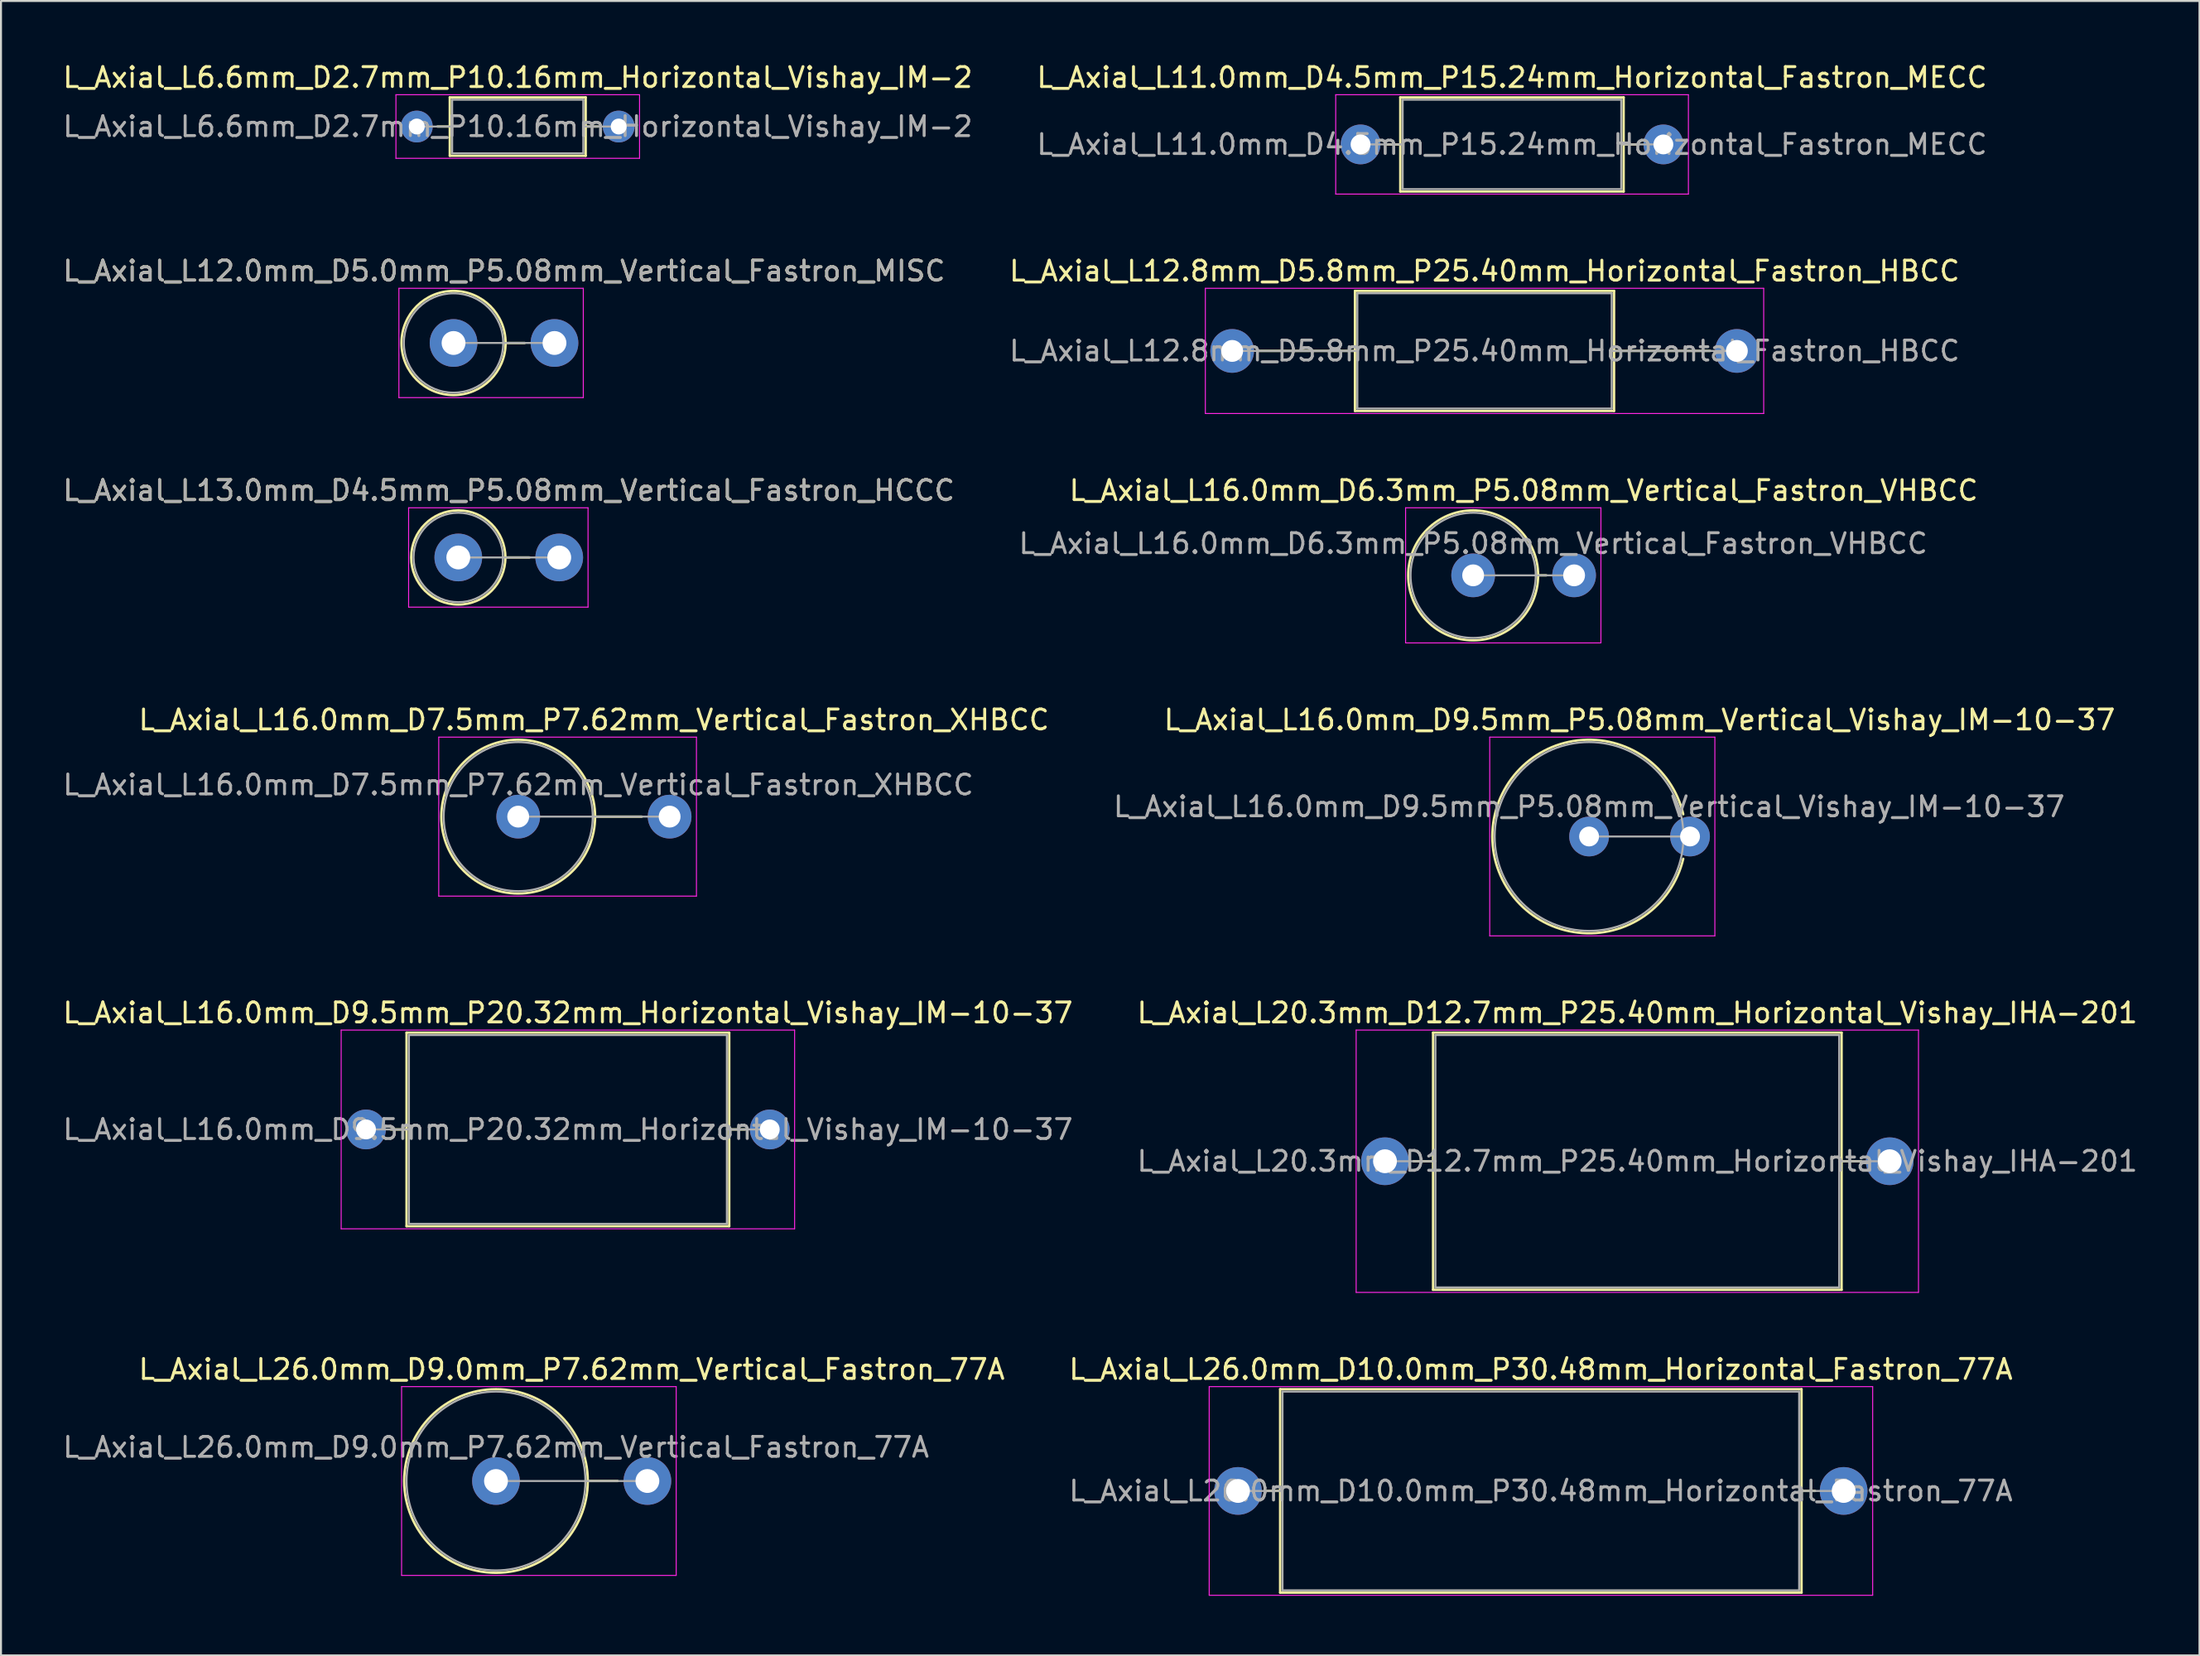
<source format=kicad_pcb>
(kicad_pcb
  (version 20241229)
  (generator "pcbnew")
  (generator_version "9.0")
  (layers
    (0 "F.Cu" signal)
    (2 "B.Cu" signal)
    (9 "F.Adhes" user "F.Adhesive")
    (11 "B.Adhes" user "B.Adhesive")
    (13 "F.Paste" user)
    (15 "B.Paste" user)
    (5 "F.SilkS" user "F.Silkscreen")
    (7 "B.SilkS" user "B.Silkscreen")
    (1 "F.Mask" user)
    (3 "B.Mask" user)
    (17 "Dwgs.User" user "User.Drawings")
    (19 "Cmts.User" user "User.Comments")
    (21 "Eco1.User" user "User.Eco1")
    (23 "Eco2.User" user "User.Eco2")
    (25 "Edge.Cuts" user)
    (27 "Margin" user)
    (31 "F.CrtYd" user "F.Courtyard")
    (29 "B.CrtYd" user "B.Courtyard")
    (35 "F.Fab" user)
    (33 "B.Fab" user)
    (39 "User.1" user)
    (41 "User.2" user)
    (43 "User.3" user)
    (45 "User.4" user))
  (footprint "L_Axial_L11.0mm_D4.5mm_P15.24mm_Horizontal_Fastron_MECC"
    (layer "F.Cu")
    (at 65.422 4.218)
    (property "Reference" "L_Axial_L11.0mm_D4.5mm_P15.24mm_Horizontal_Fastron_MECC" (at 7.62 -3.37 0) (layer "F.SilkS") (effects (font (size 1 1) (thickness 0.15))))
    (attr through_hole)
    (fp_line (start 1.24 0) (end 2 0) (stroke (width 0.12) (type solid)) (layer "F.SilkS"))
    (fp_line (start 2 -2.37) (end 2 2.37) (stroke (width 0.12) (type solid)) (layer "F.SilkS"))
    (fp_line (start 2 2.37) (end 13.24 2.37) (stroke (width 0.12) (type solid)) (layer "F.SilkS"))
    (fp_line (start 13.24 -2.37) (end 2 -2.37) (stroke (width 0.12) (type solid)) (layer "F.SilkS"))
    (fp_line (start 13.24 2.37) (end 13.24 -2.37) (stroke (width 0.12) (type solid)) (layer "F.SilkS"))
    (fp_line (start 14 0) (end 13.24 0) (stroke (width 0.12) (type solid)) (layer "F.SilkS"))
    (fp_line (start -1.25 -2.5) (end -1.25 2.5) (stroke (width 0.05) (type solid)) (layer "F.CrtYd"))
    (fp_line (start -1.25 2.5) (end 16.5 2.5) (stroke (width 0.05) (type solid)) (layer "F.CrtYd"))
    (fp_line (start 16.5 -2.5) (end -1.25 -2.5) (stroke (width 0.05) (type solid)) (layer "F.CrtYd"))
    (fp_line (start 16.5 2.5) (end 16.5 -2.5) (stroke (width 0.05) (type solid)) (layer "F.CrtYd"))
    (fp_line (start 0 0) (end 2.12 0) (stroke (width 0.1) (type solid)) (layer "F.Fab"))
    (fp_line (start 2.12 -2.25) (end 2.12 2.25) (stroke (width 0.1) (type solid)) (layer "F.Fab"))
    (fp_line (start 2.12 2.25) (end 13.12 2.25) (stroke (width 0.1) (type solid)) (layer "F.Fab"))
    (fp_line (start 13.12 -2.25) (end 2.12 -2.25) (stroke (width 0.1) (type solid)) (layer "F.Fab"))
    (fp_line (start 13.12 2.25) (end 13.12 -2.25) (stroke (width 0.1) (type solid)) (layer "F.Fab"))
    (fp_line (start 15.24 0) (end 13.12 0) (stroke (width 0.1) (type solid)) (layer "F.Fab"))
    (fp_text user "${REFERENCE}" (at 7.62 0 0) (layer "F.Fab") (effects (font (size 1 1) (thickness 0.15))))
    (pad "1" thru_hole circle (at 0 0) (size 2 2) (drill 1) (layers "*.Cu" "*.Mask"))
    (pad "2" thru_hole oval (at 15.24 0) (size 2 2) (drill 1) (layers "*.Cu" "*.Mask")))
  (footprint "L_Axial_L16.0mm_D7.5mm_P7.62mm_Vertical_Fastron_XHBCC"
    (layer "F.Cu")
    (at 23.03 38.048)
    (property "Reference" "L_Axial_L16.0mm_D7.5mm_P7.62mm_Vertical_Fastron_XHBCC" (at 3.81 -4.87 0) (layer "F.SilkS") (effects (font (size 1 1) (thickness 0.15))))
    (attr through_hole)
    (fp_line (start 3.87 0) (end 6.22 0) (stroke (width 0.12) (type solid)) (layer "F.SilkS"))
    (fp_circle (center 0 0) (end 3.87 0) (stroke (width 0.12) (type solid)) (fill no) (layer "F.SilkS"))
    (fp_line (start -4 -4) (end -4 4) (stroke (width 0.05) (type solid)) (layer "F.CrtYd"))
    (fp_line (start -4 4) (end 8.97 4) (stroke (width 0.05) (type solid)) (layer "F.CrtYd"))
    (fp_line (start 8.97 -4) (end -4 -4) (stroke (width 0.05) (type solid)) (layer "F.CrtYd"))
    (fp_line (start 8.97 4) (end 8.97 -4) (stroke (width 0.05) (type solid)) (layer "F.CrtYd"))
    (fp_line (start 0 0) (end 7.62 0) (stroke (width 0.1) (type solid)) (layer "F.Fab"))
    (fp_circle (center 0 0) (end 3.75 0) (stroke (width 0.1) (type solid)) (fill no) (layer "F.Fab"))
    (fp_text user "${REFERENCE}" (at 0 -1.6 0) (layer "F.Fab") (effects (font (size 1 1) (thickness 0.15))))
    (pad "1" thru_hole circle (at 0 0) (size 2.2 2.2) (drill 1.1) (layers "*.Cu" "*.Mask"))
    (pad "2" thru_hole oval (at 7.62 0) (size 2.2 2.2) (drill 1.1) (layers "*.Cu" "*.Mask")))
  (footprint "L_Axial_L16.0mm_D6.3mm_P5.08mm_Vertical_Fastron_VHBCC"
    (layer "F.Cu")
    (at 71.089 25.905)
    (property "Reference" "L_Axial_L16.0mm_D6.3mm_P5.08mm_Vertical_Fastron_VHBCC" (at 2.54 -4.27 0) (layer "F.SilkS") (effects (font (size 1 1) (thickness 0.15))))
    (attr through_hole)
    (fp_line (start 3.27 0) (end 3.68 0) (stroke (width 0.12) (type solid)) (layer "F.SilkS"))
    (fp_circle (center 0 0) (end 3.27 0) (stroke (width 0.12) (type solid)) (fill no) (layer "F.SilkS"))
    (fp_line (start -3.4 -3.4) (end -3.4 3.4) (stroke (width 0.05) (type solid)) (layer "F.CrtYd"))
    (fp_line (start -3.4 3.4) (end 6.43 3.4) (stroke (width 0.05) (type solid)) (layer "F.CrtYd"))
    (fp_line (start 6.43 -3.4) (end -3.4 -3.4) (stroke (width 0.05) (type solid)) (layer "F.CrtYd"))
    (fp_line (start 6.43 3.4) (end 6.43 -3.4) (stroke (width 0.05) (type solid)) (layer "F.CrtYd"))
    (fp_line (start 0 0) (end 5.08 0) (stroke (width 0.1) (type solid)) (layer "F.Fab"))
    (fp_circle (center 0 0) (end 3.15 0) (stroke (width 0.1) (type solid)) (fill no) (layer "F.Fab"))
    (fp_text user "${REFERENCE}" (at 0 -1.6 0) (layer "F.Fab") (effects (font (size 1 1) (thickness 0.15))))
    (pad "1" thru_hole circle (at 0 0) (size 2.2 2.2) (drill 1.1) (layers "*.Cu" "*.Mask"))
    (pad "2" thru_hole oval (at 5.08 0) (size 2.2 2.2) (drill 1.1) (layers "*.Cu" "*.Mask")))
  (footprint "L_Axial_L26.0mm_D10.0mm_P30.48mm_Horizontal_Fastron_77A"
    (layer "F.Cu")
    (at 59.255 71.984)
    (property "Reference" "L_Axial_L26.0mm_D10.0mm_P30.48mm_Horizontal_Fastron_77A" (at 15.24 -6.12 0) (layer "F.SilkS") (effects (font (size 1 1) (thickness 0.15))))
    (attr through_hole)
    (fp_line (start 1.44 0) (end 2.12 0) (stroke (width 0.12) (type solid)) (layer "F.SilkS"))
    (fp_line (start 2.12 -5.12) (end 2.12 5.12) (stroke (width 0.12) (type solid)) (layer "F.SilkS"))
    (fp_line (start 2.12 5.12) (end 28.36 5.12) (stroke (width 0.12) (type solid)) (layer "F.SilkS"))
    (fp_line (start 28.36 -5.12) (end 2.12 -5.12) (stroke (width 0.12) (type solid)) (layer "F.SilkS"))
    (fp_line (start 28.36 5.12) (end 28.36 -5.12) (stroke (width 0.12) (type solid)) (layer "F.SilkS"))
    (fp_line (start 29.04 0) (end 28.36 0) (stroke (width 0.12) (type solid)) (layer "F.SilkS"))
    (fp_line (start -1.45 -5.25) (end -1.45 5.25) (stroke (width 0.05) (type solid)) (layer "F.CrtYd"))
    (fp_line (start -1.45 5.25) (end 31.94 5.25) (stroke (width 0.05) (type solid)) (layer "F.CrtYd"))
    (fp_line (start 31.94 -5.25) (end -1.45 -5.25) (stroke (width 0.05) (type solid)) (layer "F.CrtYd"))
    (fp_line (start 31.94 5.25) (end 31.94 -5.25) (stroke (width 0.05) (type solid)) (layer "F.CrtYd"))
    (fp_line (start 0 0) (end 2.24 0) (stroke (width 0.1) (type solid)) (layer "F.Fab"))
    (fp_line (start 2.24 -5) (end 2.24 5) (stroke (width 0.1) (type solid)) (layer "F.Fab"))
    (fp_line (start 2.24 5) (end 28.24 5) (stroke (width 0.1) (type solid)) (layer "F.Fab"))
    (fp_line (start 28.24 -5) (end 2.24 -5) (stroke (width 0.1) (type solid)) (layer "F.Fab"))
    (fp_line (start 28.24 5) (end 28.24 -5) (stroke (width 0.1) (type solid)) (layer "F.Fab"))
    (fp_line (start 30.48 0) (end 28.24 0) (stroke (width 0.1) (type solid)) (layer "F.Fab"))
    (fp_text user "${REFERENCE}" (at 15.24 0 0) (layer "F.Fab") (effects (font (size 1 1) (thickness 0.15))))
    (pad "1" thru_hole circle (at 0 0) (size 2.4 2.4) (drill 1.2) (layers "*.Cu" "*.Mask"))
    (pad "2" thru_hole oval (at 30.48 0) (size 2.4 2.4) (drill 1.2) (layers "*.Cu" "*.Mask")))
  (footprint "L_Axial_L16.0mm_D9.5mm_P20.32mm_Horizontal_Vishay_IM-10-37"
    (layer "F.Cu")
    (at 15.37 53.791)
    (property "Reference" "L_Axial_L16.0mm_D9.5mm_P20.32mm_Horizontal_Vishay_IM-10-37" (at 10.16 -5.87 0) (layer "F.SilkS") (effects (font (size 1 1) (thickness 0.15))))
    (attr through_hole)
    (fp_line (start 1.24 0) (end 2.04 0) (stroke (width 0.12) (type solid)) (layer "F.SilkS"))
    (fp_line (start 2.04 -4.87) (end 2.04 4.87) (stroke (width 0.12) (type solid)) (layer "F.SilkS"))
    (fp_line (start 2.04 4.87) (end 18.28 4.87) (stroke (width 0.12) (type solid)) (layer "F.SilkS"))
    (fp_line (start 18.28 -4.87) (end 2.04 -4.87) (stroke (width 0.12) (type solid)) (layer "F.SilkS"))
    (fp_line (start 18.28 4.87) (end 18.28 -4.87) (stroke (width 0.12) (type solid)) (layer "F.SilkS"))
    (fp_line (start 19.08 0) (end 18.28 0) (stroke (width 0.12) (type solid)) (layer "F.SilkS"))
    (fp_line (start -1.25 -5) (end -1.25 5) (stroke (width 0.05) (type solid)) (layer "F.CrtYd"))
    (fp_line (start -1.25 5) (end 21.57 5) (stroke (width 0.05) (type solid)) (layer "F.CrtYd"))
    (fp_line (start 21.57 -5) (end -1.25 -5) (stroke (width 0.05) (type solid)) (layer "F.CrtYd"))
    (fp_line (start 21.57 5) (end 21.57 -5) (stroke (width 0.05) (type solid)) (layer "F.CrtYd"))
    (fp_line (start 0 0) (end 2.16 0) (stroke (width 0.1) (type solid)) (layer "F.Fab"))
    (fp_line (start 2.16 -4.75) (end 2.16 4.75) (stroke (width 0.1) (type solid)) (layer "F.Fab"))
    (fp_line (start 2.16 4.75) (end 18.16 4.75) (stroke (width 0.1) (type solid)) (layer "F.Fab"))
    (fp_line (start 18.16 -4.75) (end 2.16 -4.75) (stroke (width 0.1) (type solid)) (layer "F.Fab"))
    (fp_line (start 18.16 4.75) (end 18.16 -4.75) (stroke (width 0.1) (type solid)) (layer "F.Fab"))
    (fp_line (start 20.32 0) (end 18.16 0) (stroke (width 0.1) (type solid)) (layer "F.Fab"))
    (fp_text user "${REFERENCE}" (at 10.16 0 0) (layer "F.Fab") (effects (font (size 1 1) (thickness 0.15))))
    (pad "1" thru_hole circle (at 0 0) (size 2 2) (drill 1) (layers "*.Cu" "*.Mask"))
    (pad "2" thru_hole oval (at 20.32 0) (size 2 2) (drill 1) (layers "*.Cu" "*.Mask")))
  (footprint "L_Axial_L20.3mm_D12.7mm_P25.40mm_Horizontal_Vishay_IHA-201"
    (layer "F.Cu")
    (at 66.651 55.391)
    (property "Reference" "L_Axial_L20.3mm_D12.7mm_P25.40mm_Horizontal_Vishay_IHA-201" (at 12.7 -7.47 0) (layer "F.SilkS") (effects (font (size 1 1) (thickness 0.15))))
    (attr through_hole)
    (fp_line (start 1.44 0) (end 2.42 0) (stroke (width 0.12) (type solid)) (layer "F.SilkS"))
    (fp_line (start 2.42 -6.47) (end 2.42 6.47) (stroke (width 0.12) (type solid)) (layer "F.SilkS"))
    (fp_line (start 2.42 6.47) (end 22.98 6.47) (stroke (width 0.12) (type solid)) (layer "F.SilkS"))
    (fp_line (start 22.98 -6.47) (end 2.42 -6.47) (stroke (width 0.12) (type solid)) (layer "F.SilkS"))
    (fp_line (start 22.98 6.47) (end 22.98 -6.47) (stroke (width 0.12) (type solid)) (layer "F.SilkS"))
    (fp_line (start 23.96 0) (end 22.98 0) (stroke (width 0.12) (type solid)) (layer "F.SilkS"))
    (fp_line (start -1.45 -6.6) (end -1.45 6.6) (stroke (width 0.05) (type solid)) (layer "F.CrtYd"))
    (fp_line (start -1.45 6.6) (end 26.85 6.6) (stroke (width 0.05) (type solid)) (layer "F.CrtYd"))
    (fp_line (start 26.85 -6.6) (end -1.45 -6.6) (stroke (width 0.05) (type solid)) (layer "F.CrtYd"))
    (fp_line (start 26.85 6.6) (end 26.85 -6.6) (stroke (width 0.05) (type solid)) (layer "F.CrtYd"))
    (fp_line (start 0 0) (end 2.54 0) (stroke (width 0.1) (type solid)) (layer "F.Fab"))
    (fp_line (start 2.54 -6.35) (end 2.54 6.35) (stroke (width 0.1) (type solid)) (layer "F.Fab"))
    (fp_line (start 2.54 6.35) (end 22.86 6.35) (stroke (width 0.1) (type solid)) (layer "F.Fab"))
    (fp_line (start 22.86 -6.35) (end 2.54 -6.35) (stroke (width 0.1) (type solid)) (layer "F.Fab"))
    (fp_line (start 22.86 6.35) (end 22.86 -6.35) (stroke (width 0.1) (type solid)) (layer "F.Fab"))
    (fp_line (start 25.4 0) (end 22.86 0) (stroke (width 0.1) (type solid)) (layer "F.Fab"))
    (fp_text user "${REFERENCE}" (at 12.7 0 0) (layer "F.Fab") (effects (font (size 1 1) (thickness 0.15))))
    (pad "1" thru_hole circle (at 0 0) (size 2.4 2.4) (drill 1.2) (layers "*.Cu" "*.Mask"))
    (pad "2" thru_hole oval (at 25.4 0) (size 2.4 2.4) (drill 1.2) (layers "*.Cu" "*.Mask")))
  (footprint "L_Axial_L12.0mm_D5.0mm_P5.08mm_Vertical_Fastron_MISC"
    (layer "F.Cu")
    (at 19.775 14.211)
    (property "Reference" "L_Axial_L12.0mm_D5.0mm_P5.08mm_Vertical_Fastron_MISC" (at 2.54 -3.62 0) (layer "F.SilkS") (effects (font (size 1 1) (thickness 0.15))))
    (attr through_hole)
    (fp_line (start 2.62 0) (end 3.58 0) (stroke (width 0.12) (type solid)) (layer "F.SilkS"))
    (fp_circle (center 0 0) (end 2.62 0) (stroke (width 0.12) (type solid)) (fill no) (layer "F.SilkS"))
    (fp_line (start -2.75 -2.75) (end -2.75 2.75) (stroke (width 0.05) (type solid)) (layer "F.CrtYd"))
    (fp_line (start -2.75 2.75) (end 6.53 2.75) (stroke (width 0.05) (type solid)) (layer "F.CrtYd"))
    (fp_line (start 6.53 -2.75) (end -2.75 -2.75) (stroke (width 0.05) (type solid)) (layer "F.CrtYd"))
    (fp_line (start 6.53 2.75) (end 6.53 -2.75) (stroke (width 0.05) (type solid)) (layer "F.CrtYd"))
    (fp_line (start 0 0) (end 5.08 0) (stroke (width 0.1) (type solid)) (layer "F.Fab"))
    (fp_circle (center 0 0) (end 2.5 0) (stroke (width 0.1) (type solid)) (fill no) (layer "F.Fab"))
    (fp_text user "${REFERENCE}" (at 2.54 -3.62 0) (layer "F.Fab") (effects (font (size 1 1) (thickness 0.15))))
    (pad "1" thru_hole circle (at 0 0) (size 2.4 2.4) (drill 1.2) (layers "*.Cu" "*.Mask"))
    (pad "2" thru_hole oval (at 5.08 0) (size 2.4 2.4) (drill 1.2) (layers "*.Cu" "*.Mask")))
  (footprint "L_Axial_L6.6mm_D2.7mm_P10.16mm_Horizontal_Vishay_IM-2"
    (layer "F.Cu")
    (at 17.926 3.318)
    (property "Reference" "L_Axial_L6.6mm_D2.7mm_P10.16mm_Horizontal_Vishay_IM-2" (at 5.08 -2.47 0) (layer "F.SilkS") (effects (font (size 1 1) (thickness 0.15))))
    (attr through_hole)
    (fp_line (start 1.04 0) (end 1.66 0) (stroke (width 0.12) (type solid)) (layer "F.SilkS"))
    (fp_line (start 1.66 -1.47) (end 1.66 1.47) (stroke (width 0.12) (type solid)) (layer "F.SilkS"))
    (fp_line (start 1.66 1.47) (end 8.5 1.47) (stroke (width 0.12) (type solid)) (layer "F.SilkS"))
    (fp_line (start 8.5 -1.47) (end 1.66 -1.47) (stroke (width 0.12) (type solid)) (layer "F.SilkS"))
    (fp_line (start 8.5 1.47) (end 8.5 -1.47) (stroke (width 0.12) (type solid)) (layer "F.SilkS"))
    (fp_line (start 9.12 0) (end 8.5 0) (stroke (width 0.12) (type solid)) (layer "F.SilkS"))
    (fp_line (start -1.05 -1.6) (end -1.05 1.6) (stroke (width 0.05) (type solid)) (layer "F.CrtYd"))
    (fp_line (start -1.05 1.6) (end 11.21 1.6) (stroke (width 0.05) (type solid)) (layer "F.CrtYd"))
    (fp_line (start 11.21 -1.6) (end -1.05 -1.6) (stroke (width 0.05) (type solid)) (layer "F.CrtYd"))
    (fp_line (start 11.21 1.6) (end 11.21 -1.6) (stroke (width 0.05) (type solid)) (layer "F.CrtYd"))
    (fp_line (start 0 0) (end 1.78 0) (stroke (width 0.1) (type solid)) (layer "F.Fab"))
    (fp_line (start 1.78 -1.35) (end 1.78 1.35) (stroke (width 0.1) (type solid)) (layer "F.Fab"))
    (fp_line (start 1.78 1.35) (end 8.38 1.35) (stroke (width 0.1) (type solid)) (layer "F.Fab"))
    (fp_line (start 8.38 -1.35) (end 1.78 -1.35) (stroke (width 0.1) (type solid)) (layer "F.Fab"))
    (fp_line (start 8.38 1.35) (end 8.38 -1.35) (stroke (width 0.1) (type solid)) (layer "F.Fab"))
    (fp_line (start 10.16 0) (end 8.38 0) (stroke (width 0.1) (type solid)) (layer "F.Fab"))
    (fp_text user "${REFERENCE}" (at 5.08 0 0) (layer "F.Fab") (effects (font (size 1 1) (thickness 0.15))))
    (pad "1" thru_hole circle (at 0 0) (size 1.6 1.6) (drill 0.8) (layers "*.Cu" "*.Mask"))
    (pad "2" thru_hole oval (at 10.16 0) (size 1.6 1.6) (drill 0.8) (layers "*.Cu" "*.Mask")))
  (footprint "L_Axial_L13.0mm_D4.5mm_P5.08mm_Vertical_Fastron_HCCC"
    (layer "F.Cu")
    (at 20.014 25.005)
    (property "Reference" "L_Axial_L13.0mm_D4.5mm_P5.08mm_Vertical_Fastron_HCCC" (at 2.54 -3.37 0) (layer "F.SilkS") (effects (font (size 1 1) (thickness 0.15))))
    (attr through_hole)
    (fp_line (start 2.37 0) (end 3.58 0) (stroke (width 0.12) (type solid)) (layer "F.SilkS"))
    (fp_circle (center 0 0) (end 2.37 0) (stroke (width 0.12) (type solid)) (fill no) (layer "F.SilkS"))
    (fp_line (start -2.5 -2.5) (end -2.5 2.5) (stroke (width 0.05) (type solid)) (layer "F.CrtYd"))
    (fp_line (start -2.5 2.5) (end 6.53 2.5) (stroke (width 0.05) (type solid)) (layer "F.CrtYd"))
    (fp_line (start 6.53 -2.5) (end -2.5 -2.5) (stroke (width 0.05) (type solid)) (layer "F.CrtYd"))
    (fp_line (start 6.53 2.5) (end 6.53 -2.5) (stroke (width 0.05) (type solid)) (layer "F.CrtYd"))
    (fp_line (start 0 0) (end 5.08 0) (stroke (width 0.1) (type solid)) (layer "F.Fab"))
    (fp_circle (center 0 0) (end 2.25 0) (stroke (width 0.1) (type solid)) (fill no) (layer "F.Fab"))
    (fp_text user "${REFERENCE}" (at 2.54 -3.37 0) (layer "F.Fab") (effects (font (size 1 1) (thickness 0.15))))
    (pad "1" thru_hole circle (at 0 0) (size 2.4 2.4) (drill 1.2) (layers "*.Cu" "*.Mask"))
    (pad "2" thru_hole oval (at 5.08 0) (size 2.4 2.4) (drill 1.2) (layers "*.Cu" "*.Mask")))
  (footprint "L_Axial_L26.0mm_D9.0mm_P7.62mm_Vertical_Fastron_77A"
    (layer "F.Cu")
    (at 21.911 71.484)
    (property "Reference" "L_Axial_L26.0mm_D9.0mm_P7.62mm_Vertical_Fastron_77A" (at 3.81 -5.62 0) (layer "F.SilkS") (effects (font (size 1 1) (thickness 0.15))))
    (attr through_hole)
    (fp_line (start 4.62 0) (end 6.12 0) (stroke (width 0.12) (type solid)) (layer "F.SilkS"))
    (fp_circle (center 0 0) (end 4.62 0) (stroke (width 0.12) (type solid)) (fill no) (layer "F.SilkS"))
    (fp_line (start -4.75 -4.75) (end -4.75 4.75) (stroke (width 0.05) (type solid)) (layer "F.CrtYd"))
    (fp_line (start -4.75 4.75) (end 9.07 4.75) (stroke (width 0.05) (type solid)) (layer "F.CrtYd"))
    (fp_line (start 9.07 -4.75) (end -4.75 -4.75) (stroke (width 0.05) (type solid)) (layer "F.CrtYd"))
    (fp_line (start 9.07 4.75) (end 9.07 -4.75) (stroke (width 0.05) (type solid)) (layer "F.CrtYd"))
    (fp_line (start 0 0) (end 7.62 0) (stroke (width 0.1) (type solid)) (layer "F.Fab"))
    (fp_circle (center 0 0) (end 4.5 0) (stroke (width 0.1) (type solid)) (fill no) (layer "F.Fab"))
    (fp_text user "${REFERENCE}" (at 0 -1.7 0) (layer "F.Fab") (effects (font (size 1 1) (thickness 0.15))))
    (pad "1" thru_hole circle (at 0 0) (size 2.4 2.4) (drill 1.2) (layers "*.Cu" "*.Mask"))
    (pad "2" thru_hole oval (at 7.62 0) (size 2.4 2.4) (drill 1.2) (layers "*.Cu" "*.Mask")))
  (footprint "L_Axial_L16.0mm_D9.5mm_P5.08mm_Vertical_Vishay_IM-10-37"
    (layer "F.Cu")
    (at 76.923 39.048)
    (property "Reference" "L_Axial_L16.0mm_D9.5mm_P5.08mm_Vertical_Vishay_IM-10-37" (at 2.54 -5.87 0) (layer "F.SilkS") (effects (font (size 1 1) (thickness 0.15))))
    (attr through_hole)
    (fp_arc (start 4.739462 1.12) (mid -4.87 0) (end 4.739462 -1.12) (stroke (width 0.12) (type solid)) (layer "F.SilkS"))
    (fp_line (start -5 -5) (end -5 5) (stroke (width 0.05) (type solid)) (layer "F.CrtYd"))
    (fp_line (start -5 5) (end 6.33 5) (stroke (width 0.05) (type solid)) (layer "F.CrtYd"))
    (fp_line (start 6.33 -5) (end -5 -5) (stroke (width 0.05) (type solid)) (layer "F.CrtYd"))
    (fp_line (start 6.33 5) (end 6.33 -5) (stroke (width 0.05) (type solid)) (layer "F.CrtYd"))
    (fp_line (start 0 0) (end 5.08 0) (stroke (width 0.1) (type solid)) (layer "F.Fab"))
    (fp_circle (center 0 0) (end 4.75 0) (stroke (width 0.1) (type solid)) (fill no) (layer "F.Fab"))
    (fp_text user "${REFERENCE}" (at 0 -1.5 0) (layer "F.Fab") (effects (font (size 1 1) (thickness 0.15))))
    (pad "1" thru_hole circle (at 0 0) (size 2 2) (drill 1) (layers "*.Cu" "*.Mask"))
    (pad "2" thru_hole oval (at 5.08 0) (size 2 2) (drill 1) (layers "*.Cu" "*.Mask")))
  (footprint "L_Axial_L12.8mm_D5.8mm_P25.40mm_Horizontal_Fastron_HBCC"
    (layer "F.Cu")
    (at 58.961 14.611)
    (property "Reference" "L_Axial_L12.8mm_D5.8mm_P25.40mm_Horizontal_Fastron_HBCC" (at 12.7 -4.02 0) (layer "F.SilkS") (effects (font (size 1 1) (thickness 0.15))))
    (attr through_hole)
    (fp_line (start 1.34 0) (end 6.18 0) (stroke (width 0.12) (type solid)) (layer "F.SilkS"))
    (fp_line (start 6.18 -3.02) (end 6.18 3.02) (stroke (width 0.12) (type solid)) (layer "F.SilkS"))
    (fp_line (start 6.18 3.02) (end 19.22 3.02) (stroke (width 0.12) (type solid)) (layer "F.SilkS"))
    (fp_line (start 19.22 -3.02) (end 6.18 -3.02) (stroke (width 0.12) (type solid)) (layer "F.SilkS"))
    (fp_line (start 19.22 3.02) (end 19.22 -3.02) (stroke (width 0.12) (type solid)) (layer "F.SilkS"))
    (fp_line (start 24.06 0) (end 19.22 0) (stroke (width 0.12) (type solid)) (layer "F.SilkS"))
    (fp_line (start -1.35 -3.15) (end -1.35 3.15) (stroke (width 0.05) (type solid)) (layer "F.CrtYd"))
    (fp_line (start -1.35 3.15) (end 26.75 3.15) (stroke (width 0.05) (type solid)) (layer "F.CrtYd"))
    (fp_line (start 26.75 -3.15) (end -1.35 -3.15) (stroke (width 0.05) (type solid)) (layer "F.CrtYd"))
    (fp_line (start 26.75 3.15) (end 26.75 -3.15) (stroke (width 0.05) (type solid)) (layer "F.CrtYd"))
    (fp_line (start 0 0) (end 6.3 0) (stroke (width 0.1) (type solid)) (layer "F.Fab"))
    (fp_line (start 6.3 -2.9) (end 6.3 2.9) (stroke (width 0.1) (type solid)) (layer "F.Fab"))
    (fp_line (start 6.3 2.9) (end 19.1 2.9) (stroke (width 0.1) (type solid)) (layer "F.Fab"))
    (fp_line (start 19.1 -2.9) (end 6.3 -2.9) (stroke (width 0.1) (type solid)) (layer "F.Fab"))
    (fp_line (start 19.1 2.9) (end 19.1 -2.9) (stroke (width 0.1) (type solid)) (layer "F.Fab"))
    (fp_line (start 25.4 0) (end 19.1 0) (stroke (width 0.1) (type solid)) (layer "F.Fab"))
    (fp_text user "${REFERENCE}" (at 12.7 0 0) (layer "F.Fab") (effects (font (size 1 1) (thickness 0.15))))
    (pad "1" thru_hole circle (at 0 0) (size 2.2 2.2) (drill 1.1) (layers "*.Cu" "*.Mask"))
    (pad "2" thru_hole oval (at 25.4 0) (size 2.2 2.2) (drill 1.1) (layers "*.Cu" "*.Mask")))
  (gr_rect
    (start -3 -3)
    (end 107.643 80.26)
    (stroke (width 0.1) (type default))
    (fill no)
    (layer "Edge.Cuts")))
</source>
